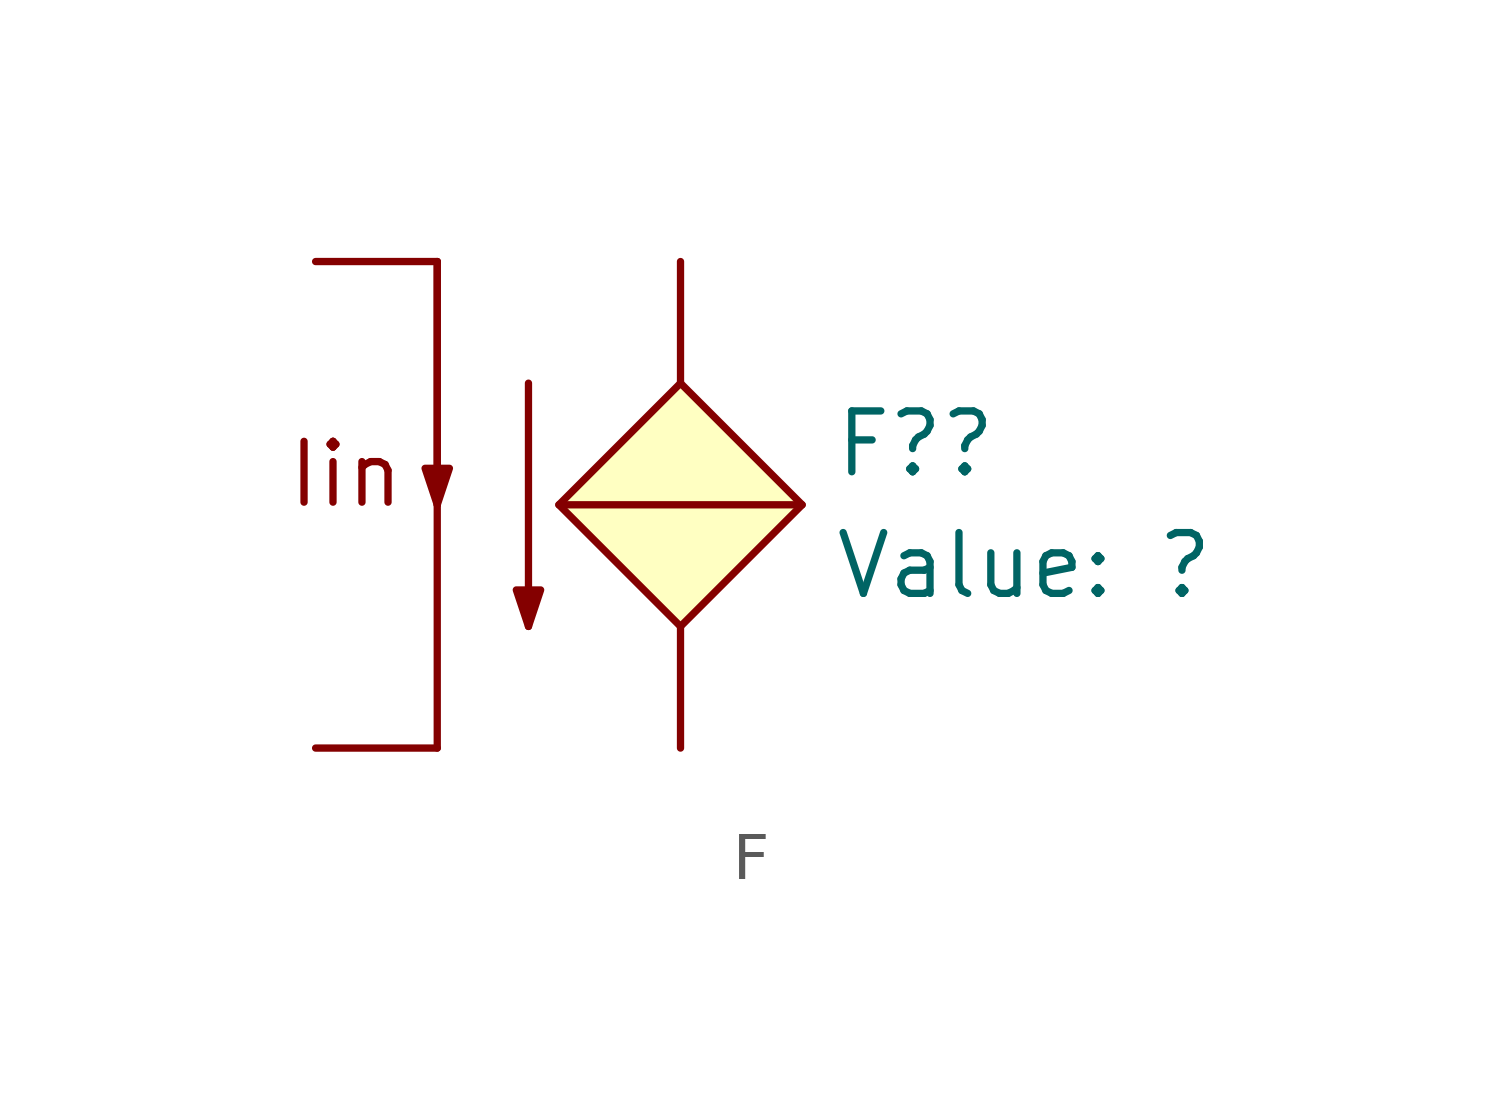
<source format=kicad_sym>
(kicad_symbol_lib
  (version 20231120)
  (generator "kicad_symbol_editor")
  (generator_version "8.0")
  (symbol "F"
    (pin_numbers hide)
    (pin_names
      (offset 0) hide)
    (property "Reference" "F?"
      (at 3.175 1.27 0)
      (effects (font (size 1.27 1.27)) (justify left)))
    (property "Value" "?"
      (at 3.175 -1.27 0)
      (show_name)
      (effects (font (size 1.27 1.27)) (justify left)))
    (symbol "F_0_1"
      (polyline (pts (xy -5.08 0) (xy -5.08 5.08)) (stroke (width 0) (type solid)) (fill (type none)))
      (polyline (pts (xy -5.08 5.08) (xy -5.08 -5.08)) (stroke (width 0) (type default)) (fill (type none)))
      (polyline (pts (xy -3.175 -2.54) (xy -3.175 2.54)) (stroke (width 0) (type solid)) (fill (type none)))
      (polyline (pts (xy -2.54 0) (xy 2.54 0)) (stroke (width 0) (type solid)) (fill (type none)))
      (polyline (pts (xy -5.08 0) (xy -5.334 0.762) (xy -4.826 0.762) (xy -5.08 0)) (stroke (width 0) (type solid)) (fill (type outline)))
      (polyline (pts (xy -3.175 -2.54) (xy -3.429 -1.778) (xy -2.921 -1.778) (xy -3.175 -2.54)) (stroke (width 0) (type solid)) (fill (type outline))))
    (symbol "F_1_0"
      (pin power_out line (at 0 5.08 270) (length 2.54) (name "outP" (effects (font (size 1.27 1.27)))) (number "1" (effects (font (size 1.27 1.27)))))
      (pin power_out line (at 0 -5.08 90) (length 2.54) (name "outN" (effects (font (size 1.27 1.27)))) (number "2" (effects (font (size 1.27 1.27))))))
    (symbol "F_1_1"
      (polyline (pts (xy 0 2.54) (xy -2.54 0) (xy 0 -2.54) (xy 2.54 0) (xy 0 2.54)) (stroke (width 0) (type default)) (fill (type background)))
      (text "Iin" (at -6.985 0.635 0) (effects (font (size 1.27 1.27))))
      (pin input line (at -7.62 5.08 0) (length 2.54) (name "inp" (effects (font (size 1.27 1.27)))) (number "3" (effects (font (size 1.27 1.27)))))
      (pin input line (at -7.62 -5.08 0) (length 2.54) (name "inN" (effects (font (size 1.27 1.27)))) (number "4" (effects (font (size 1.27 1.27))))))))
</source>
